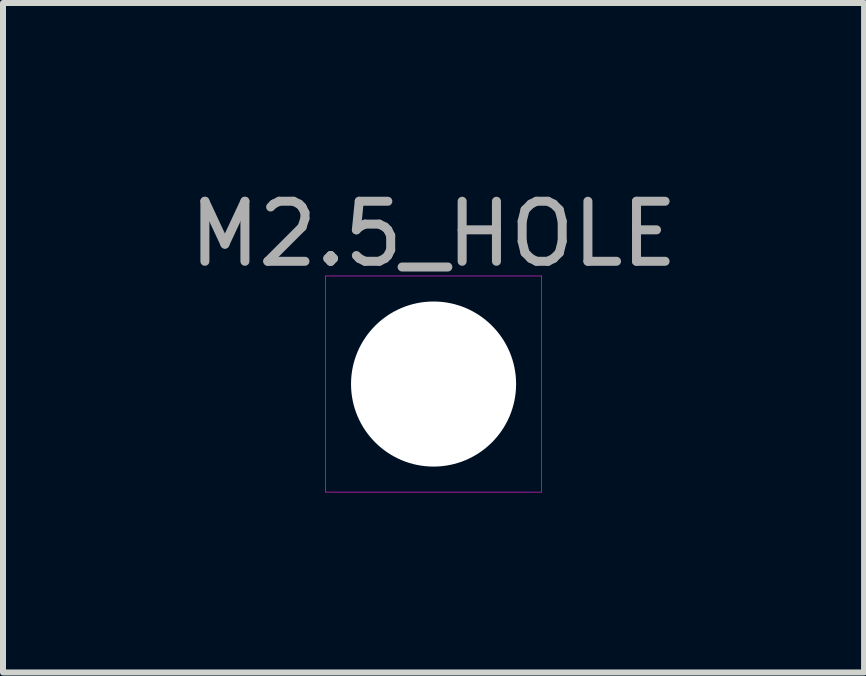
<source format=kicad_pcb>
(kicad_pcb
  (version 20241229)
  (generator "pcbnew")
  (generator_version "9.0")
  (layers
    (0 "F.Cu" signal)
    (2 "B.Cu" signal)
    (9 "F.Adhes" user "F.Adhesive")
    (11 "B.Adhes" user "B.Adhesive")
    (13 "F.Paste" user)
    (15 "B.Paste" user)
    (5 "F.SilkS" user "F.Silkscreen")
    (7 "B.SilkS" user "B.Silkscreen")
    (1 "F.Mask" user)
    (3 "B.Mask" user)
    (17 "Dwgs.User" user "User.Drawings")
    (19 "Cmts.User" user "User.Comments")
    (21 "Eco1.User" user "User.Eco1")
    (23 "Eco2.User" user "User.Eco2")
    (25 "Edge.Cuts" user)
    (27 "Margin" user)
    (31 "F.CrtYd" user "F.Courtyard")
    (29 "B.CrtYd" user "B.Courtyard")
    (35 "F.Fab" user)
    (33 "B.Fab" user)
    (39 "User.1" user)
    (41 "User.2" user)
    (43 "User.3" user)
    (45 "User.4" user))
  (footprint "M2.5_HOLE"
    (layer "F.Cu")
    (at 4.173 3.348)
    (property "Reference" "M2.5_HOLE" (at 0 -2.5 0) (layer "F.Fab") (effects (font (size 1 1) (thickness 0.15))))
    (attr exclude_from_pos_files)
    (fp_line (start -1.8 -1.8) (end 1.8 -1.8) (stroke (width 0.01) (type solid)) (layer "F.CrtYd"))
    (fp_line (start -1.8 1.8) (end -1.8 -1.8) (stroke (width 0.01) (type solid)) (layer "F.CrtYd"))
    (fp_line (start 1.8 -1.8) (end 1.8 1.8) (stroke (width 0.01) (type solid)) (layer "F.CrtYd"))
    (fp_line (start 1.8 1.8) (end -1.8 1.8) (stroke (width 0.01) (type solid)) (layer "F.CrtYd"))
    (pad "" np_thru_hole circle (at 0 0) (size 2.75 2.75) (drill 2.75) (layers "*.Cu" "F.Mask")))
  (gr_rect
    (start -3 -3)
    (end 11.345 8.153)
    (stroke (width 0.1) (type default))
    (fill no)
    (layer "Edge.Cuts")))
</source>
